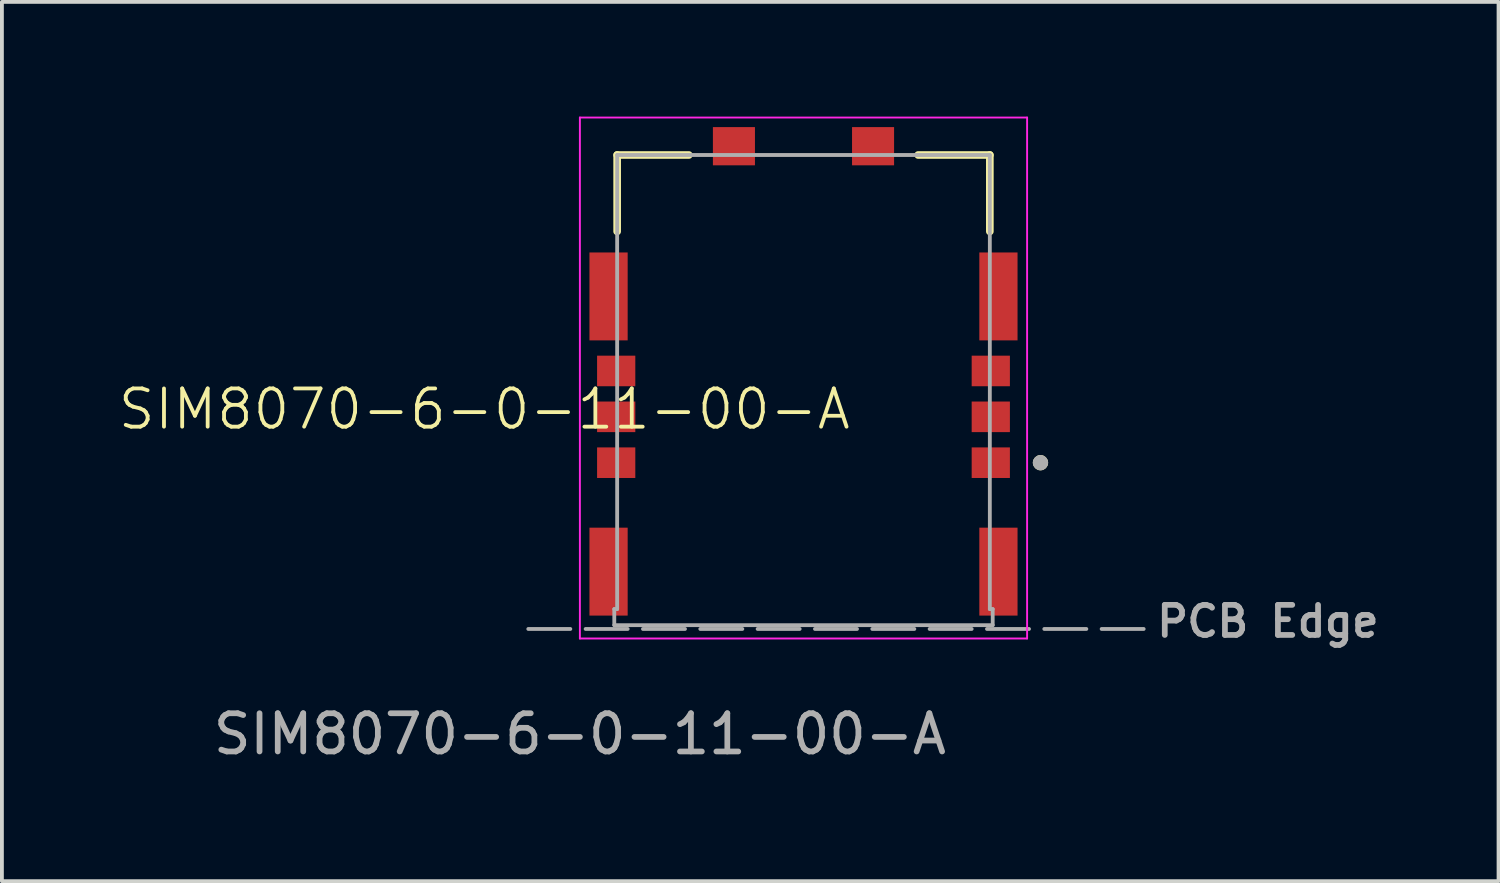
<source format=kicad_pcb>
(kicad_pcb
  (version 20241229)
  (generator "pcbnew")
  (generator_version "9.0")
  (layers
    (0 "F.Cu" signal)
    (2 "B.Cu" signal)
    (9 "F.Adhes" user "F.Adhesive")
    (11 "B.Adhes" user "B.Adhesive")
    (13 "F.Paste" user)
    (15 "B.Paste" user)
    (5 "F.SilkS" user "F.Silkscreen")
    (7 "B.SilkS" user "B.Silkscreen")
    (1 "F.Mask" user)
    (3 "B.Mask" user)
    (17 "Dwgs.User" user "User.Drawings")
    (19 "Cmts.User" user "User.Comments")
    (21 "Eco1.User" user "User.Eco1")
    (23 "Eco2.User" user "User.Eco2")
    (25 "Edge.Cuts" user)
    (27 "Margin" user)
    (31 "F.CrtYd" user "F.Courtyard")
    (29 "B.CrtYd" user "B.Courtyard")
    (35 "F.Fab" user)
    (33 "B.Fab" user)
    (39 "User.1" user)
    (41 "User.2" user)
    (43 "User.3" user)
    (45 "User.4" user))
  (footprint "SIM8070-6-0-11-00-A"
    (layer "F.Cu")
    (at 12.121 13.655)
    (property "Reference" "SIM8070-6-0-11-00-A" (at -2.5 -6 0) (unlocked yes) (layer "F.SilkS") (effects (font (size 1 1) (thickness 0.1))))
    (attr smd)
    (fp_line (start 0.975 -12.65) (end 0.975 -10.65) (stroke (width 0.2) (type solid)) (layer "F.SilkS"))
    (fp_line (start 2.85 -12.65) (end 0.975 -12.65) (stroke (width 0.2) (type solid)) (layer "F.SilkS"))
    (fp_line (start 8.85 -12.65) (end 10.725 -12.65) (stroke (width 0.2) (type solid)) (layer "F.SilkS"))
    (fp_line (start 10.725 -12.65) (end 10.725 -10.65) (stroke (width 0.2) (type solid)) (layer "F.SilkS"))
    (fp_circle (center 12.05 -4.6) (end 12.15 -4.6) (stroke (width 0.2) (type solid)) (fill no) (layer "F.SilkS"))
    (fp_line (start 0 -13.63) (end 0 0) (stroke (width 0.05) (type solid)) (layer "F.CrtYd"))
    (fp_line (start 0 0) (end 11.7 0) (stroke (width 0.05) (type solid)) (layer "F.CrtYd"))
    (fp_line (start 11.7 -13.63) (end 0 -13.63) (stroke (width 0.05) (type solid)) (layer "F.CrtYd"))
    (fp_line (start 11.7 0) (end 11.7 -13.63) (stroke (width 0.05) (type solid)) (layer "F.CrtYd"))
    (fp_line (start -1.35 -0.25) (end 14.85 -0.25) (stroke (width 0.1) (type dash)) (layer "F.Fab"))
    (fp_line (start 0.9 -0.77) (end 0.9 -0.35) (stroke (width 0.1) (type solid)) (layer "F.Fab"))
    (fp_line (start 0.9 -0.35) (end 10.8 -0.35) (stroke (width 0.1) (type solid)) (layer "F.Fab"))
    (fp_line (start 0.975 -12.65) (end 0.975 -0.77) (stroke (width 0.1) (type solid)) (layer "F.Fab"))
    (fp_line (start 0.975 -0.77) (end 0.9 -0.77) (stroke (width 0.1) (type solid)) (layer "F.Fab"))
    (fp_line (start 10.725 -12.65) (end 0.975 -12.65) (stroke (width 0.1) (type solid)) (layer "F.Fab"))
    (fp_line (start 10.725 -0.77) (end 10.725 -12.65) (stroke (width 0.1) (type solid)) (layer "F.Fab"))
    (fp_line (start 10.725 -0.77) (end 10.8 -0.77) (stroke (width 0.1) (type solid)) (layer "F.Fab"))
    (fp_line (start 10.8 -0.77) (end 10.8 -0.35) (stroke (width 0.1) (type solid)) (layer "F.Fab"))
    (fp_circle (center 12.05 -4.6) (end 12.15 -4.6) (stroke (width 0.2) (type solid)) (fill no) (layer "F.Fab"))
    (fp_text user "PCB Edge" (at 18 -0.45 0) (layer "F.Fab") (effects (font (size 0.787 0.787) (thickness 0.15))))
    (fp_text user "${REFERENCE}" (at 0 2.5 0) (unlocked yes) (layer "F.Fab") (effects (font (size 1 1) (thickness 0.15))))
    (pad "1" smd rect (at 10.75 -4.6) (size 1 0.8) (layers "F.Cu" "F.Mask" "F.Paste"))
    (pad "2" smd rect (at 10.75 -5.8) (size 1 0.8) (layers "F.Cu" "F.Mask" "F.Paste"))
    (pad "3" smd rect (at 0.95 -4.6) (size 1 0.8) (layers "F.Cu" "F.Mask" "F.Paste"))
    (pad "5" smd rect (at 0.75 -8.95) (size 1 2.3) (layers "F.Cu" "F.Mask" "F.Paste"))
    (pad "5" smd rect (at 0.75 -1.75) (size 1 2.3) (layers "F.Cu" "F.Mask" "F.Paste"))
    (pad "5" smd rect (at 4.03 -12.88) (size 1.1 1) (layers "F.Cu" "F.Mask" "F.Paste"))
    (pad "5" smd rect (at 7.67 -12.88) (size 1.1 1) (layers "F.Cu" "F.Mask" "F.Paste"))
    (pad "5" smd rect (at 10.75 -7) (size 1 0.8) (layers "F.Cu" "F.Mask" "F.Paste"))
    (pad "5" smd rect (at 10.95 -8.95) (size 1 2.3) (layers "F.Cu" "F.Mask" "F.Paste"))
    (pad "5" smd rect (at 10.95 -1.75) (size 1 2.3) (layers "F.Cu" "F.Mask" "F.Paste"))
    (pad "6" smd rect (at 0.95 -5.8) (size 1 0.8) (layers "F.Cu" "F.Mask" "F.Paste"))
    (pad "7" smd rect (at 0.95 -7) (size 1 0.8) (layers "F.Cu" "F.Mask" "F.Paste"))
    (zone (net_name "") (layer "F.Cu") (hatch full 0.508) (connect_pads) (min_thickness 0.01) (filled_areas_thickness no) (keepout (tracks not_allowed) (vias not_allowed) (pads not_allowed) (copperpour not_allowed) (footprints allowed)) (placement (enabled no)) (fill) (polygon (pts (xy 14.831 2.655) (xy 16.031 2.655) (xy 16.031 5.755) (xy 14.831 5.755))))
    (zone (net_name "") (layer "F.Cu") (hatch full 0.508) (connect_pads) (min_thickness 0.01) (filled_areas_thickness no) (keepout (tracks not_allowed) (vias not_allowed) (pads not_allowed) (copperpour not_allowed) (footprints allowed)) (placement (enabled no)) (fill) (polygon (pts (xy 14.831 10.155) (xy 16.031 10.155) (xy 16.031 13.055) (xy 14.831 13.055))))
    (zone (net_name "") (layer "F.Cu") (hatch full 0.508) (connect_pads) (min_thickness 0.01) (filled_areas_thickness no) (keepout (tracks not_allowed) (vias not_allowed) (pads not_allowed) (copperpour not_allowed) (footprints allowed)) (placement (enabled no)) (fill) (polygon (pts (xy 17.371 2.655) (xy 18.571 2.655) (xy 18.571 5.755) (xy 17.371 5.755))))
    (zone (net_name "") (layer "F.Cu") (hatch full 0.508) (connect_pads) (min_thickness 0.01) (filled_areas_thickness no) (keepout (tracks not_allowed) (vias not_allowed) (pads not_allowed) (copperpour not_allowed) (footprints allowed)) (placement (enabled no)) (fill) (polygon (pts (xy 17.371 10.155) (xy 18.571 10.155) (xy 18.571 13.055) (xy 17.371 13.055))))
    (zone (net_name "") (layer "F.Cu") (hatch full 0.508) (connect_pads) (min_thickness 0.01) (filled_areas_thickness no) (keepout (tracks not_allowed) (vias not_allowed) (pads not_allowed) (copperpour not_allowed) (footprints allowed)) (placement (enabled no)) (fill) (polygon (pts (xy 19.911 2.655) (xy 21.111 2.655) (xy 21.111 5.755) (xy 19.911 5.755))))
    (zone (net_name "") (layer "F.Cu") (hatch full 0.508) (connect_pads) (min_thickness 0.01) (filled_areas_thickness no) (keepout (tracks not_allowed) (vias not_allowed) (pads not_allowed) (copperpour not_allowed) (footprints allowed)) (placement (enabled no)) (fill) (polygon (pts (xy 19.911 10.155) (xy 21.111 10.155) (xy 21.111 13.055) (xy 19.911 13.055))))
    (zone (net_name "") (layers "F.Cu" "B.Cu") (hatch full 0.508) (connect_pads) (min_thickness 0.01) (filled_areas_thickness no) (keepout (tracks allowed) (vias not_allowed) (pads allowed) (copperpour allowed) (footprints allowed)) (placement (enabled no)) (fill) (polygon (pts (xy 14.831 2.655) (xy 16.031 2.655) (xy 16.031 5.755) (xy 14.831 5.755))))
    (zone (net_name "") (layers "F.Cu" "B.Cu") (hatch full 0.508) (connect_pads) (min_thickness 0.01) (filled_areas_thickness no) (keepout (tracks allowed) (vias not_allowed) (pads allowed) (copperpour allowed) (footprints allowed)) (placement (enabled no)) (fill) (polygon (pts (xy 14.831 10.155) (xy 16.031 10.155) (xy 16.031 13.055) (xy 14.831 13.055))))
    (zone (net_name "") (layers "F.Cu" "B.Cu") (hatch full 0.508) (connect_pads) (min_thickness 0.01) (filled_areas_thickness no) (keepout (tracks allowed) (vias not_allowed) (pads allowed) (copperpour allowed) (footprints allowed)) (placement (enabled no)) (fill) (polygon (pts (xy 17.371 2.655) (xy 18.571 2.655) (xy 18.571 5.755) (xy 17.371 5.755))))
    (zone (net_name "") (layers "F.Cu" "B.Cu") (hatch full 0.508) (connect_pads) (min_thickness 0.01) (filled_areas_thickness no) (keepout (tracks allowed) (vias not_allowed) (pads allowed) (copperpour allowed) (footprints allowed)) (placement (enabled no)) (fill) (polygon (pts (xy 17.371 10.155) (xy 18.571 10.155) (xy 18.571 13.055) (xy 17.371 13.055))))
    (zone (net_name "") (layers "F.Cu" "B.Cu") (hatch full 0.508) (connect_pads) (min_thickness 0.01) (filled_areas_thickness no) (keepout (tracks allowed) (vias not_allowed) (pads allowed) (copperpour allowed) (footprints allowed)) (placement (enabled no)) (fill) (polygon (pts (xy 19.911 2.655) (xy 21.111 2.655) (xy 21.111 5.755) (xy 19.911 5.755))))
    (zone (net_name "") (layers "F.Cu" "B.Cu") (hatch full 0.508) (connect_pads) (min_thickness 0.01) (filled_areas_thickness no) (keepout (tracks allowed) (vias not_allowed) (pads allowed) (copperpour allowed) (footprints allowed)) (placement (enabled no)) (fill) (polygon (pts (xy 19.911 10.155) (xy 21.111 10.155) (xy 21.111 13.055) (xy 19.911 13.055)))))
  (gr_rect
    (start -3 -3)
    (end 36.155 20.003)
    (stroke (width 0.1) (type default))
    (fill no)
    (layer "Edge.Cuts")))
</source>
